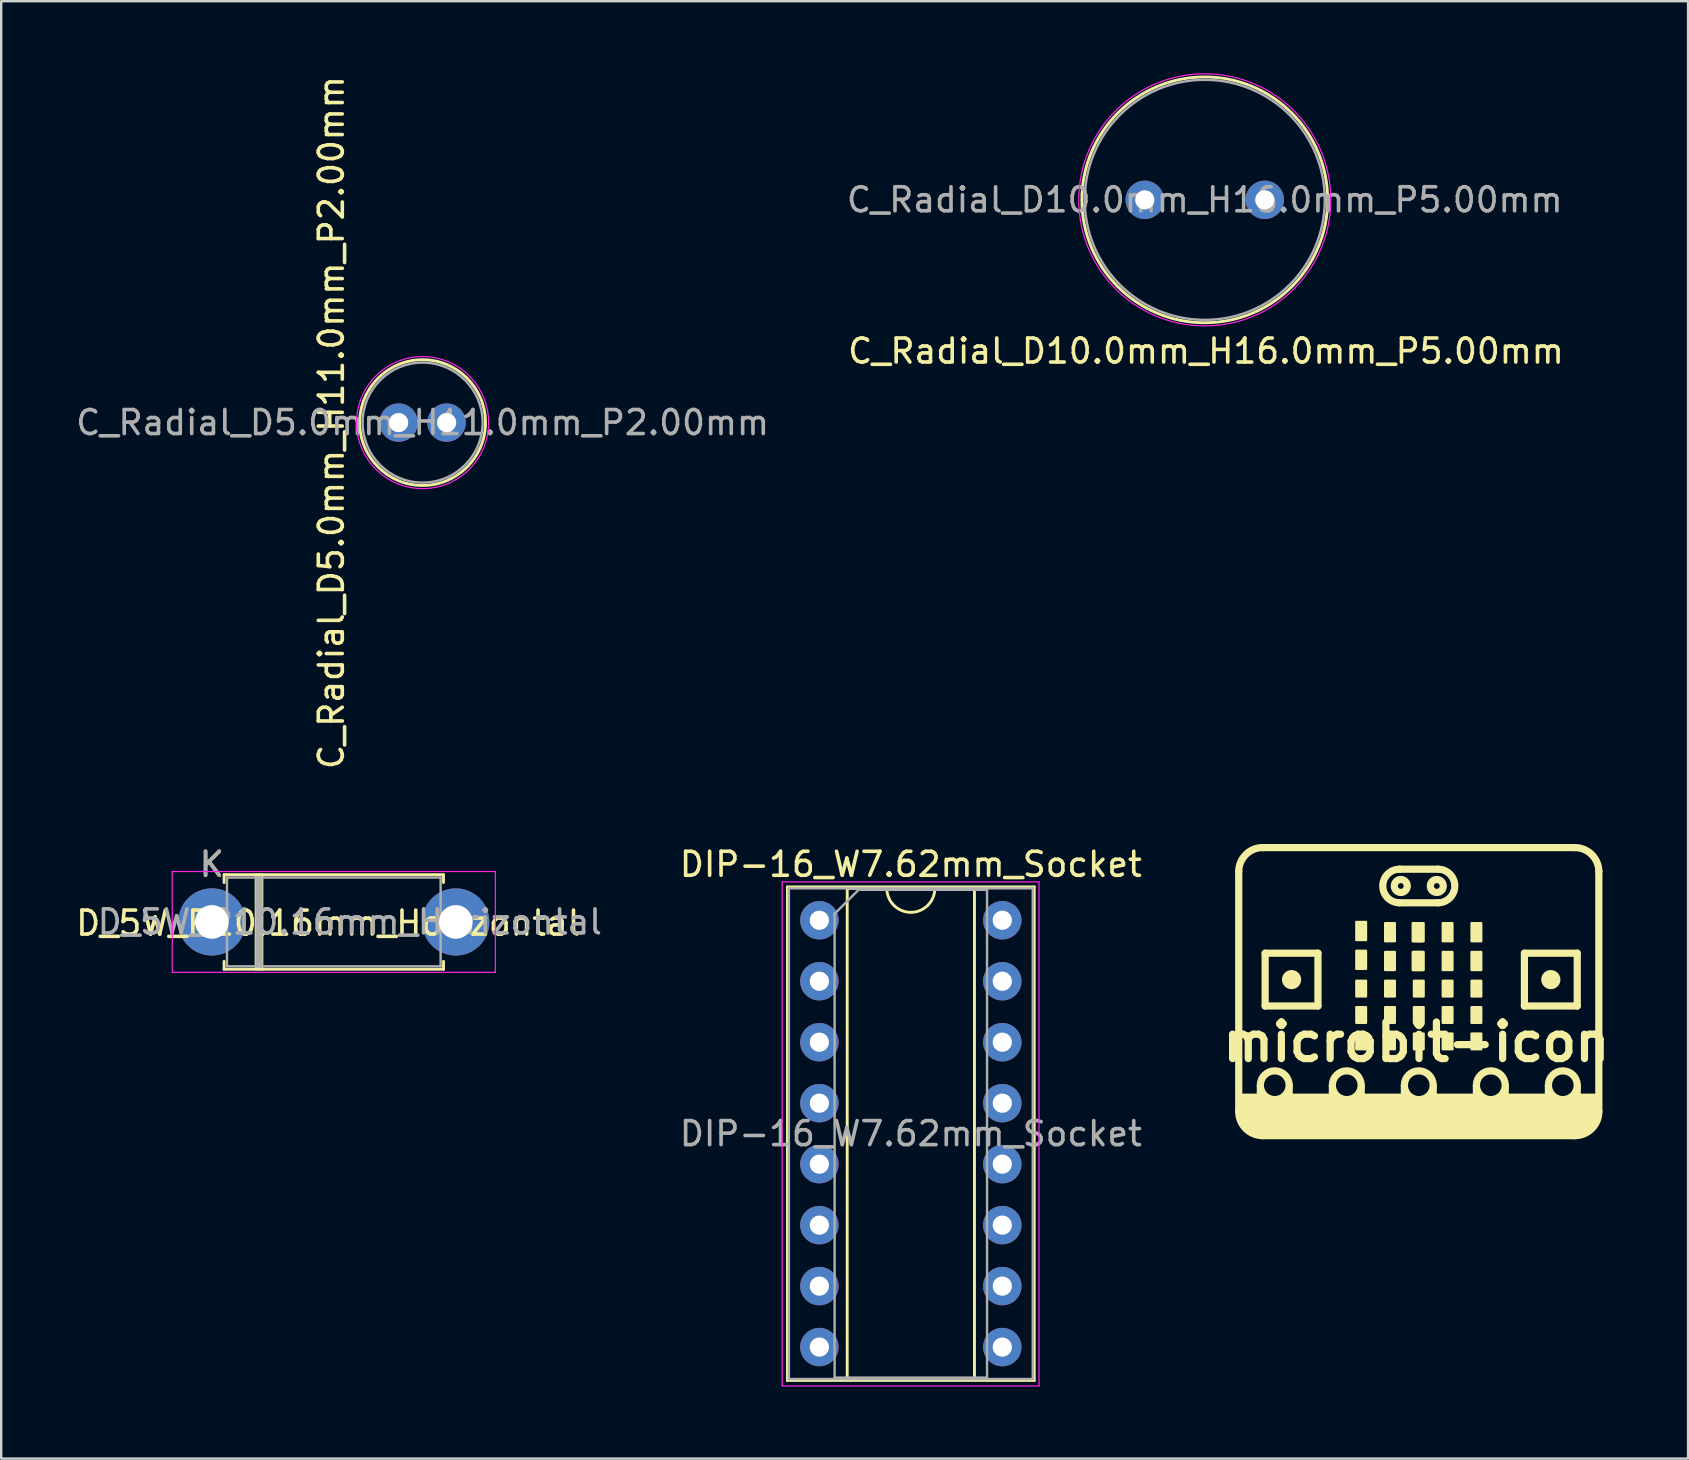
<source format=kicad_pcb>
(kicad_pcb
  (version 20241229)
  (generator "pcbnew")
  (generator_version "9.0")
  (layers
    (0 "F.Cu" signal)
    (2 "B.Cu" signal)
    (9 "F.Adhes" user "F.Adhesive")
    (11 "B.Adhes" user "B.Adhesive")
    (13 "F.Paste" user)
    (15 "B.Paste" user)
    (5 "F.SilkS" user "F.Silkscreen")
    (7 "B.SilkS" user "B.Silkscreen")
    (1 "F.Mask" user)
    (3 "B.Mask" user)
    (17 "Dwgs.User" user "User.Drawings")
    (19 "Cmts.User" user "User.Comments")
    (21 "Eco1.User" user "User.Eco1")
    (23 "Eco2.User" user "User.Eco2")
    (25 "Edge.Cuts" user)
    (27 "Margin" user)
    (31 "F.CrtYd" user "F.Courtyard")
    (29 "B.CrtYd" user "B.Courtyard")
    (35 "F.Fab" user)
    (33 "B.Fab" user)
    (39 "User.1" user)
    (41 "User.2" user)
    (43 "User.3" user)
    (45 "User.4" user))
  (footprint "DIP-16_W7.62mm_Socket"
    (layer "F.Cu")
    (at 31.082 35.285)
    (property "Reference" "DIP-16_W7.62mm_Socket" (at 3.81 -2.33 180) (layer "F.SilkS") (effects (font (size 1 1) (thickness 0.15))))
    (attr through_hole)
    (fp_line (start -1.33 -1.39) (end -1.33 19.17) (stroke (width 0.12) (type solid)) (layer "F.SilkS"))
    (fp_line (start -1.33 19.17) (end 8.95 19.17) (stroke (width 0.12) (type solid)) (layer "F.SilkS"))
    (fp_line (start 1.16 -1.33) (end 1.16 19.11) (stroke (width 0.12) (type solid)) (layer "F.SilkS"))
    (fp_line (start 1.16 19.11) (end 6.46 19.11) (stroke (width 0.12) (type solid)) (layer "F.SilkS"))
    (fp_line (start 2.81 -1.33) (end 1.16 -1.33) (stroke (width 0.12) (type solid)) (layer "F.SilkS"))
    (fp_line (start 6.46 -1.33) (end 4.81 -1.33) (stroke (width 0.12) (type solid)) (layer "F.SilkS"))
    (fp_line (start 6.46 19.11) (end 6.46 -1.33) (stroke (width 0.12) (type solid)) (layer "F.SilkS"))
    (fp_line (start 8.95 -1.39) (end -1.33 -1.39) (stroke (width 0.12) (type solid)) (layer "F.SilkS"))
    (fp_line (start 8.95 19.17) (end 8.95 -1.39) (stroke (width 0.12) (type solid)) (layer "F.SilkS"))
    (fp_arc (start 4.81 -1.33) (mid 3.81 -0.33) (end 2.81 -1.33) (stroke (width 0.12) (type solid)) (layer "F.SilkS"))
    (fp_line (start -1.55 -1.6) (end -1.55 19.4) (stroke (width 0.05) (type solid)) (layer "F.CrtYd"))
    (fp_line (start -1.55 19.4) (end 9.15 19.4) (stroke (width 0.05) (type solid)) (layer "F.CrtYd"))
    (fp_line (start 9.15 -1.6) (end -1.55 -1.6) (stroke (width 0.05) (type solid)) (layer "F.CrtYd"))
    (fp_line (start 9.15 19.4) (end 9.15 -1.6) (stroke (width 0.05) (type solid)) (layer "F.CrtYd"))
    (fp_line (start -1.27 -1.33) (end -1.27 19.11) (stroke (width 0.1) (type solid)) (layer "F.Fab"))
    (fp_line (start -1.27 19.11) (end 8.89 19.11) (stroke (width 0.1) (type solid)) (layer "F.Fab"))
    (fp_line (start 0.635 -0.27) (end 1.635 -1.27) (stroke (width 0.1) (type solid)) (layer "F.Fab"))
    (fp_line (start 0.635 19.05) (end 0.635 -0.27) (stroke (width 0.1) (type solid)) (layer "F.Fab"))
    (fp_line (start 1.635 -1.27) (end 6.985 -1.27) (stroke (width 0.1) (type solid)) (layer "F.Fab"))
    (fp_line (start 6.985 -1.27) (end 6.985 19.05) (stroke (width 0.1) (type solid)) (layer "F.Fab"))
    (fp_line (start 6.985 19.05) (end 0.635 19.05) (stroke (width 0.1) (type solid)) (layer "F.Fab"))
    (fp_line (start 8.89 -1.33) (end -1.27 -1.33) (stroke (width 0.1) (type solid)) (layer "F.Fab"))
    (fp_line (start 8.89 19.11) (end 8.89 -1.33) (stroke (width 0.1) (type solid)) (layer "F.Fab"))
    (fp_text user "${REFERENCE}" (at 3.81 8.89 180) (layer "F.Fab") (effects (font (size 1 1) (thickness 0.15))))
    (pad "1" thru_hole circle (at 0 0) (size 1.6 1.6) (drill 0.8) (layers "*.Cu" "*.Mask"))
    (pad "2" thru_hole oval (at 0 2.54) (size 1.6 1.6) (drill 0.8) (layers "*.Cu" "*.Mask"))
    (pad "3" thru_hole oval (at 0 5.08) (size 1.6 1.6) (drill 0.8) (layers "*.Cu" "*.Mask"))
    (pad "4" thru_hole oval (at 0 7.62) (size 1.6 1.6) (drill 0.8) (layers "*.Cu" "*.Mask"))
    (pad "5" thru_hole oval (at 0 10.16) (size 1.6 1.6) (drill 0.8) (layers "*.Cu" "*.Mask"))
    (pad "6" thru_hole oval (at 0 12.7) (size 1.6 1.6) (drill 0.8) (layers "*.Cu" "*.Mask"))
    (pad "7" thru_hole oval (at 0 15.24) (size 1.6 1.6) (drill 0.8) (layers "*.Cu" "*.Mask"))
    (pad "8" thru_hole oval (at 0 17.78) (size 1.6 1.6) (drill 0.8) (layers "*.Cu" "*.Mask"))
    (pad "9" thru_hole oval (at 7.62 17.78) (size 1.6 1.6) (drill 0.8) (layers "*.Cu" "*.Mask"))
    (pad "10" thru_hole oval (at 7.62 15.24) (size 1.6 1.6) (drill 0.8) (layers "*.Cu" "*.Mask"))
    (pad "11" thru_hole oval (at 7.62 12.7) (size 1.6 1.6) (drill 0.8) (layers "*.Cu" "*.Mask"))
    (pad "12" thru_hole oval (at 7.62 10.16) (size 1.6 1.6) (drill 0.8) (layers "*.Cu" "*.Mask"))
    (pad "13" thru_hole oval (at 7.62 7.62) (size 1.6 1.6) (drill 0.8) (layers "*.Cu" "*.Mask"))
    (pad "14" thru_hole oval (at 7.62 5.08) (size 1.6 1.6) (drill 0.8) (layers "*.Cu" "*.Mask"))
    (pad "15" thru_hole oval (at 7.62 2.54) (size 1.6 1.6) (drill 0.8) (layers "*.Cu" "*.Mask"))
    (pad "16" thru_hole oval (at 7.62 0) (size 1.6 1.6) (drill 0.8) (layers "*.Cu" "*.Mask")))
  (footprint "D_5W_P10.16mm_Horizontal"
    (layer "F.Cu")
    (at 5.775 35.355)
    (property "Reference" "D_5W_P10.16mm_Horizontal" (at 4.85 0.05 0) (layer "F.SilkS") (effects (font (size 1 1) (thickness 0.15))))
    (attr through_hole)
    (fp_line (start 0.51 -1.97) (end 9.65 -1.97) (stroke (width 0.12) (type solid)) (layer "F.SilkS"))
    (fp_line (start 0.51 -1.64) (end 0.51 -1.97) (stroke (width 0.12) (type solid)) (layer "F.SilkS"))
    (fp_line (start 0.51 1.64) (end 0.51 1.97) (stroke (width 0.12) (type solid)) (layer "F.SilkS"))
    (fp_line (start 0.51 1.97) (end 9.65 1.97) (stroke (width 0.12) (type solid)) (layer "F.SilkS"))
    (fp_line (start 1.845 -1.97) (end 1.845 1.97) (stroke (width 0.12) (type solid)) (layer "F.SilkS"))
    (fp_line (start 1.965 -1.97) (end 1.965 1.97) (stroke (width 0.12) (type solid)) (layer "F.SilkS"))
    (fp_line (start 2.085 -1.97) (end 2.085 1.97) (stroke (width 0.12) (type solid)) (layer "F.SilkS"))
    (fp_line (start 9.65 -1.97) (end 9.65 -1.64) (stroke (width 0.12) (type solid)) (layer "F.SilkS"))
    (fp_line (start 9.65 1.97) (end 9.65 1.64) (stroke (width 0.12) (type solid)) (layer "F.SilkS"))
    (fp_line (start -1.65 -2.1) (end -1.65 2.1) (stroke (width 0.05) (type solid)) (layer "F.CrtYd"))
    (fp_line (start -1.65 2.1) (end 11.81 2.1) (stroke (width 0.05) (type solid)) (layer "F.CrtYd"))
    (fp_line (start 11.81 -2.1) (end -1.65 -2.1) (stroke (width 0.05) (type solid)) (layer "F.CrtYd"))
    (fp_line (start 11.81 2.1) (end 11.81 -2.1) (stroke (width 0.05) (type solid)) (layer "F.CrtYd"))
    (fp_line (start 0 0) (end 0.63 0) (stroke (width 0.1) (type solid)) (layer "F.Fab"))
    (fp_line (start 0.63 -1.85) (end 0.63 1.85) (stroke (width 0.1) (type solid)) (layer "F.Fab"))
    (fp_line (start 0.63 1.85) (end 9.53 1.85) (stroke (width 0.1) (type solid)) (layer "F.Fab"))
    (fp_line (start 1.865 -1.85) (end 1.865 1.85) (stroke (width 0.1) (type solid)) (layer "F.Fab"))
    (fp_line (start 1.965 -1.85) (end 1.965 1.85) (stroke (width 0.1) (type solid)) (layer "F.Fab"))
    (fp_line (start 2.065 -1.85) (end 2.065 1.85) (stroke (width 0.1) (type solid)) (layer "F.Fab"))
    (fp_line (start 9.53 -1.85) (end 0.63 -1.85) (stroke (width 0.1) (type solid)) (layer "F.Fab"))
    (fp_line (start 9.53 1.85) (end 9.53 -1.85) (stroke (width 0.1) (type solid)) (layer "F.Fab"))
    (fp_line (start 10.16 0) (end 9.53 0) (stroke (width 0.1) (type solid)) (layer "F.Fab"))
    (fp_text user "K" (at 0 -2.4 0) (layer "F.SilkS") (effects (font (size 1 1) (thickness 0.15))))
    (fp_text user "K" (at 0 -2.4 0) (layer "F.Fab") (effects (font (size 1 1) (thickness 0.15))))
    (fp_text user "${REFERENCE}" (at 5.747 0 0) (layer "F.Fab") (effects (font (size 1 1) (thickness 0.15))))
    (pad "1" thru_hole circle (at 0 0) (size 2.8 2.8) (drill 1.4) (layers "*.Cu" "*.Mask"))
    (pad "2" thru_hole oval (at 10.16 0) (size 2.8 2.8) (drill 1.4) (layers "*.Cu" "*.Mask")))
  (footprint "microbit-icon"
    (layer "F.Cu")
    (at 56.052 37.757)
    (property "Reference" "microbit-icon" (at -0.1 2.6 0) (layer "F.SilkS") (effects (font (size 1.524 1.524) (thickness 0.3))))
    (attr through_hole)
    (fp_line (start -7.5 -4.5) (end -7.5 5.5) (stroke (width 0.3) (type solid)) (layer "F.SilkS"))
    (fp_line (start -6.5 -5.5) (end 6.5 -5.5) (stroke (width 0.3) (type solid)) (layer "F.SilkS"))
    (fp_line (start -6.5 6.5) (end 6.5 6.5) (stroke (width 0.3) (type solid)) (layer "F.SilkS"))
    (fp_line (start -6.4 -1.1) (end -4.2 -1.1) (stroke (width 0.3) (type solid)) (layer "F.SilkS"))
    (fp_line (start -6.4 1.1) (end -6.4 -1.1) (stroke (width 0.3) (type solid)) (layer "F.SilkS"))
    (fp_line (start -4.2 -1.1) (end -4.2 1.1) (stroke (width 0.3) (type solid)) (layer "F.SilkS"))
    (fp_line (start -4.2 1.1) (end -6.4 1.1) (stroke (width 0.3) (type solid)) (layer "F.SilkS"))
    (fp_line (start -0.8 -4.6) (end 0.8 -4.6) (stroke (width 0.3) (type solid)) (layer "F.SilkS"))
    (fp_line (start 0.8 -3.2) (end -0.8 -3.2) (stroke (width 0.3) (type solid)) (layer "F.SilkS"))
    (fp_line (start 4.4 -1.1) (end 6.6 -1.1) (stroke (width 0.3) (type solid)) (layer "F.SilkS"))
    (fp_line (start 4.4 1.1) (end 4.4 -1.1) (stroke (width 0.3) (type solid)) (layer "F.SilkS"))
    (fp_line (start 6.6 -1.1) (end 6.6 1.1) (stroke (width 0.3) (type solid)) (layer "F.SilkS"))
    (fp_line (start 6.6 1.1) (end 4.4 1.1) (stroke (width 0.3) (type solid)) (layer "F.SilkS"))
    (fp_line (start 7.5 -4.5) (end 7.5 5.5) (stroke (width 0.3) (type solid)) (layer "F.SilkS"))
    (fp_arc (start -7.5 -4.5) (mid -7.207107 -5.207107) (end -6.5 -5.5) (stroke (width 0.3) (type solid)) (layer "F.SilkS"))
    (fp_arc (start -6.5 6.5) (mid -7.207107 6.207107) (end -7.5 5.5) (stroke (width 0.3) (type solid)) (layer "F.SilkS"))
    (fp_arc (start -0.8 -3.2) (mid -1.5 -3.9) (end -0.8 -4.6) (stroke (width 0.3) (type solid)) (layer "F.SilkS"))
    (fp_arc (start 0.8 -4.6) (mid 1.5 -3.9) (end 0.8 -3.2) (stroke (width 0.3) (type solid)) (layer "F.SilkS"))
    (fp_arc (start 6.5 -5.5) (mid 7.207107 -5.207107) (end 7.5 -4.5) (stroke (width 0.3) (type solid)) (layer "F.SilkS"))
    (fp_arc (start 7.5 5.5) (mid 7.207107 6.207107) (end 6.5 6.5) (stroke (width 0.3) (type solid)) (layer "F.SilkS"))
    (fp_circle (center -6 4.4) (end -5.4 4.4) (stroke (width 0.3) (type solid)) (fill no) (layer "F.SilkS"))
    (fp_circle (center -5.3 0) (end -5.1 0) (stroke (width 0.4) (type solid)) (fill no) (layer "F.SilkS"))
    (fp_circle (center -3 4.4) (end -2.4 4.4) (stroke (width 0.3) (type solid)) (fill no) (layer "F.SilkS"))
    (fp_circle (center -0.75 -3.9) (end -0.63 -3.9) (stroke (width 0.3) (type solid)) (fill no) (layer "F.SilkS"))
    (fp_circle (center 0 4.4) (end 0.6 4.4) (stroke (width 0.3) (type solid)) (fill no) (layer "F.SilkS"))
    (fp_circle (center 0.75 -3.9) (end 0.87 -3.9) (stroke (width 0.3) (type solid)) (fill no) (layer "F.SilkS"))
    (fp_circle (center 3 4.4) (end 3.6 4.4) (stroke (width 0.3) (type solid)) (fill no) (layer "F.SilkS"))
    (fp_circle (center 5.5 0) (end 5.7 0) (stroke (width 0.4) (type solid)) (fill no) (layer "F.SilkS"))
    (fp_circle (center 6 4.4) (end 6.6 4.4) (stroke (width 0.3) (type solid)) (fill no) (layer "F.SilkS"))
    (fp_poly (pts (xy -2.2 -2.4) (xy -2.6 -2.4) (xy -2.6 -1.65) (xy -2.2 -1.65)) (stroke (width 0.1) (type solid)) (fill yes) (layer "F.SilkS"))
    (fp_poly (pts (xy -2.2 -1.2) (xy -2.6 -1.2) (xy -2.6 -0.45) (xy -2.2 -0.45)) (stroke (width 0.1) (type solid)) (fill yes) (layer "F.SilkS"))
    (fp_poly (pts (xy -2.2 0.05) (xy -2.6 0.05) (xy -2.6 0.7) (xy -2.2 0.7)) (stroke (width 0.1) (type solid)) (fill yes) (layer "F.SilkS"))
    (fp_poly (pts (xy -2.2 1.15) (xy -2.6 1.15) (xy -2.6 1.8) (xy -2.2 1.8)) (stroke (width 0.1) (type solid)) (fill yes) (layer "F.SilkS"))
    (fp_poly (pts (xy -2.2 2.25) (xy -2.6 2.25) (xy -2.6 2.9) (xy -2.2 2.9)) (stroke (width 0.1) (type solid)) (fill yes) (layer "F.SilkS"))
    (fp_poly (pts (xy -1 -2.35) (xy -1.4 -2.35) (xy -1.4 -1.6) (xy -1 -1.6)) (stroke (width 0.1) (type solid)) (fill yes) (layer "F.SilkS"))
    (fp_poly (pts (xy -1 -1.15) (xy -1.4 -1.15) (xy -1.4 -0.4) (xy -1 -0.4)) (stroke (width 0.1) (type solid)) (fill yes) (layer "F.SilkS"))
    (fp_poly (pts (xy -1 0.05) (xy -1.4 0.05) (xy -1.4 0.7) (xy -1 0.7)) (stroke (width 0.1) (type solid)) (fill yes) (layer "F.SilkS"))
    (fp_poly (pts (xy -1 1.15) (xy -1.4 1.15) (xy -1.4 1.8) (xy -1 1.8)) (stroke (width 0.1) (type solid)) (fill yes) (layer "F.SilkS"))
    (fp_poly (pts (xy -1 2.25) (xy -1.4 2.25) (xy -1.4 2.9) (xy -1 2.9)) (stroke (width 0.1) (type solid)) (fill yes) (layer "F.SilkS"))
    (fp_poly (pts (xy 0.15 -2.35) (xy -0.25 -2.35) (xy -0.25 -1.6) (xy 0.15 -1.6)) (stroke (width 0.1) (type solid)) (fill yes) (layer "F.SilkS"))
    (fp_poly (pts (xy 0.15 -1.15) (xy -0.25 -1.15) (xy -0.25 -0.4) (xy 0.15 -0.4)) (stroke (width 0.1) (type solid)) (fill yes) (layer "F.SilkS"))
    (fp_poly (pts (xy 0.2 -2.35) (xy -0.2 -2.35) (xy -0.2 -1.6) (xy 0.2 -1.6)) (stroke (width 0.1) (type solid)) (fill yes) (layer "F.SilkS"))
    (fp_poly (pts (xy 0.2 -1.15) (xy -0.2 -1.15) (xy -0.2 -0.4) (xy 0.2 -0.4)) (stroke (width 0.1) (type solid)) (fill yes) (layer "F.SilkS"))
    (fp_poly (pts (xy 0.2 0.05) (xy -0.2 0.05) (xy -0.2 0.7) (xy 0.2 0.7)) (stroke (width 0.1) (type solid)) (fill yes) (layer "F.SilkS"))
    (fp_poly (pts (xy 0.2 1.15) (xy -0.2 1.15) (xy -0.2 1.8) (xy 0.2 1.8)) (stroke (width 0.1) (type solid)) (fill yes) (layer "F.SilkS"))
    (fp_poly (pts (xy 0.2 2.25) (xy -0.2 2.25) (xy -0.2 2.9) (xy 0.2 2.9)) (stroke (width 0.1) (type solid)) (fill yes) (layer "F.SilkS"))
    (fp_poly (pts (xy 1.4 -2.35) (xy 1 -2.35) (xy 1 -1.6) (xy 1.4 -1.6)) (stroke (width 0.1) (type solid)) (fill yes) (layer "F.SilkS"))
    (fp_poly (pts (xy 1.4 -1.15) (xy 1 -1.15) (xy 1 -0.4) (xy 1.4 -0.4)) (stroke (width 0.1) (type solid)) (fill yes) (layer "F.SilkS"))
    (fp_poly (pts (xy 1.4 0.05) (xy 1 0.05) (xy 1 0.7) (xy 1.4 0.7)) (stroke (width 0.1) (type solid)) (fill yes) (layer "F.SilkS"))
    (fp_poly (pts (xy 1.4 1.15) (xy 1 1.15) (xy 1 1.8) (xy 1.4 1.8)) (stroke (width 0.1) (type solid)) (fill yes) (layer "F.SilkS"))
    (fp_poly (pts (xy 1.4 2.25) (xy 1 2.25) (xy 1 2.9) (xy 1.4 2.9)) (stroke (width 0.1) (type solid)) (fill yes) (layer "F.SilkS"))
    (fp_poly (pts (xy 2.6 -2.35) (xy 2.2 -2.35) (xy 2.2 -1.6) (xy 2.6 -1.6)) (stroke (width 0.1) (type solid)) (fill yes) (layer "F.SilkS"))
    (fp_poly (pts (xy 2.6 -1.15) (xy 2.2 -1.15) (xy 2.2 -0.4) (xy 2.6 -0.4)) (stroke (width 0.1) (type solid)) (fill yes) (layer "F.SilkS"))
    (fp_poly (pts (xy 2.6 0.05) (xy 2.2 0.05) (xy 2.2 0.7) (xy 2.6 0.7)) (stroke (width 0.1) (type solid)) (fill yes) (layer "F.SilkS"))
    (fp_poly (pts (xy 2.6 1.15) (xy 2.2 1.15) (xy 2.2 1.8) (xy 2.6 1.8)) (stroke (width 0.1) (type solid)) (fill yes) (layer "F.SilkS"))
    (fp_poly (pts (xy 2.6 2.25) (xy 2.2 2.25) (xy 2.2 2.9) (xy 2.6 2.9)) (stroke (width 0.1) (type solid)) (fill yes) (layer "F.SilkS"))
    (fp_poly (pts (xy -6.4 5) (xy -6 5.1) (xy -5.6 5) (xy -5.3 4.39) (xy -5.3 4.8) (xy -3.7 4.8) (xy -3.7 4.4) (xy -3.25 5) (xy -2.75 5) (xy -2.3 4.4) (xy -2.3 4.8) (xy -0.7 4.8) (xy -0.7 4.4) (xy -0.3 4.95) (xy 0.3 4.95) (xy 0.7 4.4) (xy 0.7 4.8) (xy 2.3 4.8) (xy 2.3 4.4) (xy 2.7 4.95) (xy 3.25 4.95) (xy 3.7 4.4) (xy 3.7 4.8) (xy 5.3 4.8) (xy 5.3 4.4) (xy 5.75 4.95) (xy 6.25 4.95) (xy 6.7 4.4) (xy 6.7 4.8) (xy 7.5 4.8) (xy 7.5 5.65) (xy 7.2 6.2) (xy 6.5 6.5) (xy -6.5 6.5) (xy -7.2 6.2) (xy -7.5 5.5) (xy -7.5 4.8) (xy -6.7 4.8) (xy -6.7 4.39)) (stroke (width 0.1) (type solid)) (fill yes) (layer "F.SilkS")))
  (footprint "C_Radial_D5.0mm_H11.0mm_P2.00mm"
    (layer "F.Cu")
    (at 13.554 14.554)
    (property "Reference" "C_Radial_D5.0mm_H11.0mm_P2.00mm" (at -2.8 0 90) (layer "F.SilkS") (effects (font (size 1 1) (thickness 0.15))))
    (attr through_hole)
    (fp_circle (center 1 0) (end 3.62 0) (stroke (width 0.12) (type solid)) (fill no) (layer "F.SilkS"))
    (fp_circle (center 1 0) (end 3.75 0) (stroke (width 0.05) (type solid)) (fill no) (layer "F.CrtYd"))
    (fp_circle (center 1 0) (end 3.5 0) (stroke (width 0.1) (type solid)) (fill no) (layer "F.Fab"))
    (fp_text user "${REFERENCE}" (at 1 0 0) (layer "F.Fab") (effects (font (size 1 1) (thickness 0.15))))
    (pad "1" thru_hole circle (at 0 0) (size 1.6 1.6) (drill 0.8) (layers "*.Cu" "*.Mask"))
    (pad "2" thru_hole circle (at 2 0) (size 1.6 1.6) (drill 0.8) (layers "*.Cu" "*.Mask")))
  (footprint "C_Radial_D10.0mm_H16.0mm_P5.00mm"
    (layer "F.Cu")
    (at 44.637 5.275)
    (property "Reference" "C_Radial_D10.0mm_H16.0mm_P5.00mm" (at 2.55 6.3 0) (layer "F.SilkS") (effects (font (size 1 1) (thickness 0.15))))
    (attr through_hole)
    (fp_circle (center 2.5 0) (end 7.62 0) (stroke (width 0.12) (type solid)) (fill no) (layer "F.SilkS"))
    (fp_circle (center 2.5 0) (end 7.75 0) (stroke (width 0.05) (type solid)) (fill no) (layer "F.CrtYd"))
    (fp_circle (center 2.5 0) (end 7.5 0) (stroke (width 0.1) (type solid)) (fill no) (layer "F.Fab"))
    (fp_text user "${REFERENCE}" (at 2.5 0 0) (layer "F.Fab") (effects (font (size 1 1) (thickness 0.15))))
    (pad "1" thru_hole circle (at 0 0) (size 1.6 1.6) (drill 0.8) (layers "*.Cu" "*.Mask"))
    (pad "2" thru_hole circle (at 5 0) (size 1.6 1.6) (drill 0.8) (layers "*.Cu" "*.Mask")))
  (gr_rect
    (start -3 -3)
    (end 67.269 57.71)
    (stroke (width 0.1) (type default))
    (fill no)
    (layer "Edge.Cuts")))
</source>
